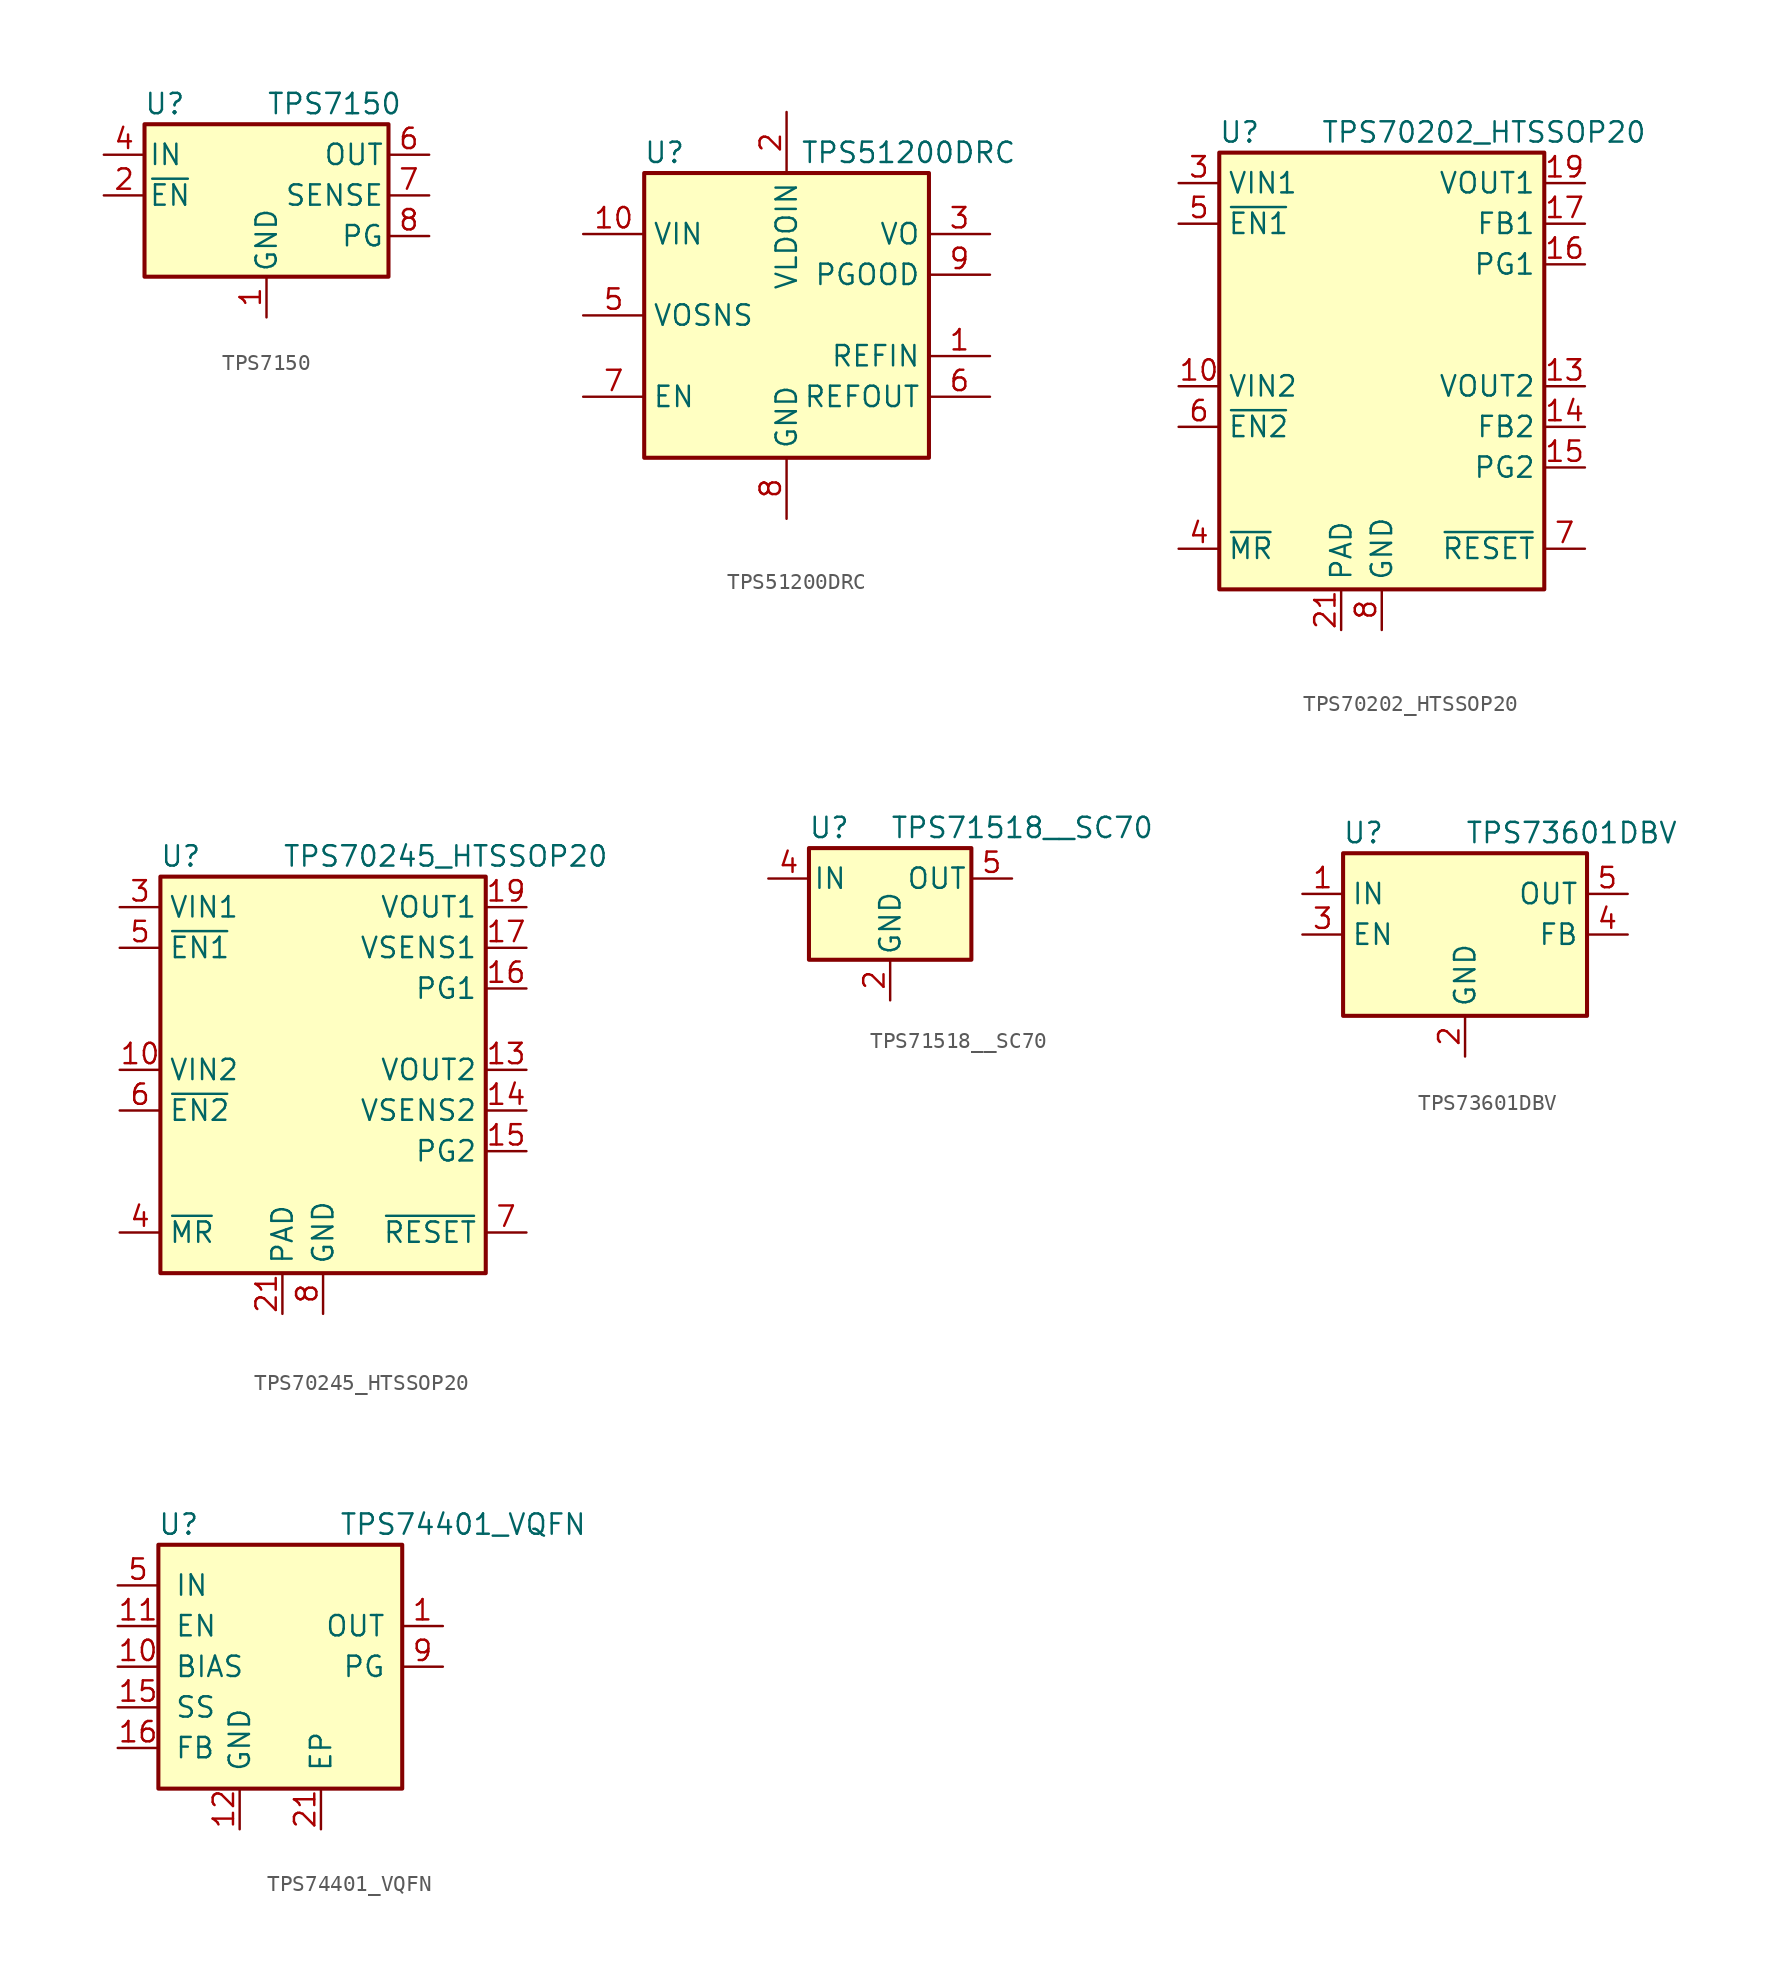
<source format=kicad_sym>
(kicad_symbol_lib
  (version 20201005)
  (generator kicad_symbol_editor)
  (symbol "TPS7150"
    (pin_names
      (offset 0.254))
    (property "Reference" "U"
      (at -6.35 8.255 0)
      (effects (font (size 1.27 1.27))))
    (property "Value" "TPS7150"
      (at 0 8.255 0)
      (effects (font (size 1.27 1.27)) (justify left)))
    (symbol "TPS7150_0_1"
      (rectangle (start -7.62 6.985) (end 7.62 -2.54) (stroke (width 0.254)) (fill (type background))))
    (symbol "TPS7150_1_1"
      (pin power_in line (at 0 -5.08 90) (length 2.54) (name "GND" (effects (font (size 1.27 1.27)))) (number "1" (effects (font (size 1.27 1.27)))))
      (pin input line (at -10.16 2.54 0) (length 2.54) (name "~EN~" (effects (font (size 1.27 1.27)))) (number "2" (effects (font (size 1.27 1.27)))))
      (pin passive line (at -10.16 5.08 0) (length 2.54) hide (name "IN" (effects (font (size 1.27 1.27)))) (number "3" (effects (font (size 1.27 1.27)))))
      (pin power_in line (at -10.16 5.08 0) (length 2.54) (name "IN" (effects (font (size 1.27 1.27)))) (number "4" (effects (font (size 1.27 1.27)))))
      (pin passive line (at 10.16 5.08 180) (length 2.54) hide (name "OUT" (effects (font (size 1.27 1.27)))) (number "5" (effects (font (size 1.27 1.27)))))
      (pin power_out line (at 10.16 5.08 180) (length 2.54) (name "OUT" (effects (font (size 1.27 1.27)))) (number "6" (effects (font (size 1.27 1.27)))))
      (pin input line (at 10.16 2.54 180) (length 2.54) (name "SENSE" (effects (font (size 1.27 1.27)))) (number "7" (effects (font (size 1.27 1.27)))))
      (pin output line (at 10.16 0 180) (length 2.54) (name "PG" (effects (font (size 1.27 1.27)))) (number "8" (effects (font (size 1.27 1.27)))))))
  (symbol "TPS51200DRC"
    (property "Reference" "U"
      (at -7.62 10.16 0)
      (effects (font (size 1.27 1.27))))
    (property "Value" "TPS51200DRC"
      (at 7.62 10.16 0)
      (effects (font (size 1.27 1.27))))
    (symbol "TPS51200DRC_0_1"
      (rectangle (start -8.89 -8.89) (end 8.89 8.89) (stroke (width 0.254)) (fill (type background)))
      (pin input line (at 12.7 -2.54 180) (length 3.81) (name "REFIN" (effects (font (size 1.27 1.27)))) (number "1" (effects (font (size 1.27 1.27)))))
      (pin power_in line (at -12.7 5.08 0) (length 3.81) (name "VIN" (effects (font (size 1.27 1.27)))) (number "10" (effects (font (size 1.27 1.27)))))
      (pin passive line (at 0 -12.7 90) (length 3.81) hide (name "GND" (effects (font (size 1.27 1.27)))) (number "11" (effects (font (size 1.27 1.27)))))
      (pin power_in line (at 0 12.7 270) (length 3.81) (name "VLDOIN" (effects (font (size 1.27 1.27)))) (number "2" (effects (font (size 1.27 1.27)))))
      (pin power_out line (at 12.7 5.08 180) (length 3.81) (name "VO" (effects (font (size 1.27 1.27)))) (number "3" (effects (font (size 1.27 1.27)))))
      (pin passive line (at 0 -12.7 90) (length 3.81) hide (name "GND" (effects (font (size 1.27 1.27)))) (number "4" (effects (font (size 1.27 1.27)))))
      (pin input line (at -12.7 0 0) (length 3.81) (name "VOSNS" (effects (font (size 1.27 1.27)))) (number "5" (effects (font (size 1.27 1.27)))))
      (pin output line (at 12.7 -5.08 180) (length 3.81) (name "REFOUT" (effects (font (size 1.27 1.27)))) (number "6" (effects (font (size 1.27 1.27)))))
      (pin input line (at -12.7 -5.08 0) (length 3.81) (name "EN" (effects (font (size 1.27 1.27)))) (number "7" (effects (font (size 1.27 1.27)))))
      (pin power_in line (at 0 -12.7 90) (length 3.81) (name "GND" (effects (font (size 1.27 1.27)))) (number "8" (effects (font (size 1.27 1.27)))))
      (pin open_collector line (at 12.7 2.54 180) (length 3.81) (name "PGOOD" (effects (font (size 1.27 1.27)))) (number "9" (effects (font (size 1.27 1.27)))))))
  (symbol "TPS70202_HTSSOP20"
    (property "Reference" "U"
      (at -8.89 15.875 0)
      (effects (font (size 1.27 1.27))))
    (property "Value" "TPS70202_HTSSOP20"
      (at -3.81 15.875 0)
      (effects (font (size 1.27 1.27)) (justify left)))
    (symbol "TPS70202_HTSSOP20_0_1"
      (rectangle (start -10.16 14.605) (end 10.16 -12.7) (stroke (width 0.254)) (fill (type background))))
    (symbol "TPS70202_HTSSOP20_1_1"
      (pin no_connect line (at -12.7 7.62 0) (length 2.54) hide (name "NC" (effects (font (size 1.27 1.27)))) (number "1" (effects (font (size 1.27 1.27)))))
      (pin power_in line (at -12.7 0 0) (length 2.54) (name "VIN2" (effects (font (size 1.27 1.27)))) (number "10" (effects (font (size 1.27 1.27)))))
      (pin no_connect line (at -12.7 5.08 0) (length 2.54) hide (name "NC" (effects (font (size 1.27 1.27)))) (number "11" (effects (font (size 1.27 1.27)))))
      (pin passive line (at 12.7 0 180) (length 2.54) hide (name "VOUT2" (effects (font (size 1.27 1.27)))) (number "12" (effects (font (size 1.27 1.27)))))
      (pin power_out line (at 12.7 0 180) (length 2.54) (name "VOUT2" (effects (font (size 1.27 1.27)))) (number "13" (effects (font (size 1.27 1.27)))))
      (pin input line (at 12.7 -2.54 180) (length 2.54) (name "FB2" (effects (font (size 1.27 1.27)))) (number "14" (effects (font (size 1.27 1.27)))))
      (pin open_collector line (at 12.7 -5.08 180) (length 2.54) (name "PG2" (effects (font (size 1.27 1.27)))) (number "15" (effects (font (size 1.27 1.27)))))
      (pin open_collector line (at 12.7 7.62 180) (length 2.54) (name "PG1" (effects (font (size 1.27 1.27)))) (number "16" (effects (font (size 1.27 1.27)))))
      (pin input line (at 12.7 10.16 180) (length 2.54) (name "FB1" (effects (font (size 1.27 1.27)))) (number "17" (effects (font (size 1.27 1.27)))))
      (pin passive line (at 12.7 12.7 180) (length 2.54) hide (name "VOUT1" (effects (font (size 1.27 1.27)))) (number "18" (effects (font (size 1.27 1.27)))))
      (pin power_out line (at 12.7 12.7 180) (length 2.54) (name "VOUT1" (effects (font (size 1.27 1.27)))) (number "19" (effects (font (size 1.27 1.27)))))
      (pin passive line (at -12.7 12.7 0) (length 2.54) hide (name "VIN1" (effects (font (size 1.27 1.27)))) (number "2" (effects (font (size 1.27 1.27)))))
      (pin no_connect line (at -12.7 -5.08 0) (length 2.54) hide (name "NC" (effects (font (size 1.27 1.27)))) (number "20" (effects (font (size 1.27 1.27)))))
      (pin power_in line (at -2.54 -15.24 90) (length 2.54) (name "PAD" (effects (font (size 1.27 1.27)))) (number "21" (effects (font (size 1.27 1.27)))))
      (pin power_in line (at -12.7 12.7 0) (length 2.54) (name "VIN1" (effects (font (size 1.27 1.27)))) (number "3" (effects (font (size 1.27 1.27)))))
      (pin input line (at -12.7 -10.16 0) (length 2.54) (name "~MR~" (effects (font (size 1.27 1.27)))) (number "4" (effects (font (size 1.27 1.27)))))
      (pin input line (at -12.7 10.16 0) (length 2.54) (name "~EN1~" (effects (font (size 1.27 1.27)))) (number "5" (effects (font (size 1.27 1.27)))))
      (pin input line (at -12.7 -2.54 0) (length 2.54) (name "~EN2~" (effects (font (size 1.27 1.27)))) (number "6" (effects (font (size 1.27 1.27)))))
      (pin open_collector line (at 12.7 -10.16 180) (length 2.54) (name "~RESET~" (effects (font (size 1.27 1.27)))) (number "7" (effects (font (size 1.27 1.27)))))
      (pin power_in line (at 0 -15.24 90) (length 2.54) (name "GND" (effects (font (size 1.27 1.27)))) (number "8" (effects (font (size 1.27 1.27)))))
      (pin passive line (at -12.7 0 0) (length 2.54) hide (name "VIN2" (effects (font (size 1.27 1.27)))) (number "9" (effects (font (size 1.27 1.27)))))))
  (symbol "TPS70245_HTSSOP20"
    (property "Reference" "U"
      (at -8.89 13.335 0)
      (effects (font (size 1.27 1.27))))
    (property "Value" "TPS70245_HTSSOP20"
      (at -2.54 13.335 0)
      (effects (font (size 1.27 1.27)) (justify left)))
    (symbol "TPS70245_HTSSOP20_0_1"
      (rectangle (start -10.16 12.065) (end 10.16 -12.7) (stroke (width 0.254)) (fill (type background))))
    (symbol "TPS70245_HTSSOP20_1_1"
      (pin no_connect line (at -12.7 5.08 0) (length 2.54) hide (name "NC" (effects (font (size 1.27 1.27)))) (number "1" (effects (font (size 1.27 1.27)))))
      (pin power_in line (at -12.7 0 0) (length 2.54) (name "VIN2" (effects (font (size 1.27 1.27)))) (number "10" (effects (font (size 1.27 1.27)))))
      (pin no_connect line (at -12.7 -5.08 0) (length 2.54) hide (name "NC" (effects (font (size 1.27 1.27)))) (number "11" (effects (font (size 1.27 1.27)))))
      (pin passive line (at 12.7 0 180) (length 2.54) hide (name "VOUT2" (effects (font (size 1.27 1.27)))) (number "12" (effects (font (size 1.27 1.27)))))
      (pin power_out line (at 12.7 0 180) (length 2.54) (name "VOUT2" (effects (font (size 1.27 1.27)))) (number "13" (effects (font (size 1.27 1.27)))))
      (pin input line (at 12.7 -2.54 180) (length 2.54) (name "VSENS2" (effects (font (size 1.27 1.27)))) (number "14" (effects (font (size 1.27 1.27)))))
      (pin open_collector line (at 12.7 -5.08 180) (length 2.54) (name "PG2" (effects (font (size 1.27 1.27)))) (number "15" (effects (font (size 1.27 1.27)))))
      (pin open_collector line (at 12.7 5.08 180) (length 2.54) (name "PG1" (effects (font (size 1.27 1.27)))) (number "16" (effects (font (size 1.27 1.27)))))
      (pin input line (at 12.7 7.62 180) (length 2.54) (name "VSENS1" (effects (font (size 1.27 1.27)))) (number "17" (effects (font (size 1.27 1.27)))))
      (pin passive line (at 12.7 10.16 180) (length 2.54) hide (name "VOUT1" (effects (font (size 1.27 1.27)))) (number "18" (effects (font (size 1.27 1.27)))))
      (pin power_out line (at 12.7 10.16 180) (length 2.54) (name "VOUT1" (effects (font (size 1.27 1.27)))) (number "19" (effects (font (size 1.27 1.27)))))
      (pin passive line (at -12.7 10.16 0) (length 2.54) hide (name "VIN1" (effects (font (size 1.27 1.27)))) (number "2" (effects (font (size 1.27 1.27)))))
      (pin no_connect line (at 2.54 -15.24 90) (length 2.54) hide (name "NC" (effects (font (size 1.27 1.27)))) (number "20" (effects (font (size 1.27 1.27)))))
      (pin power_in line (at -2.54 -15.24 90) (length 2.54) (name "PAD" (effects (font (size 1.27 1.27)))) (number "21" (effects (font (size 1.27 1.27)))))
      (pin power_in line (at -12.7 10.16 0) (length 2.54) (name "VIN1" (effects (font (size 1.27 1.27)))) (number "3" (effects (font (size 1.27 1.27)))))
      (pin input line (at -12.7 -10.16 0) (length 2.54) (name "~MR~" (effects (font (size 1.27 1.27)))) (number "4" (effects (font (size 1.27 1.27)))))
      (pin input line (at -12.7 7.62 0) (length 2.54) (name "~EN1~" (effects (font (size 1.27 1.27)))) (number "5" (effects (font (size 1.27 1.27)))))
      (pin input line (at -12.7 -2.54 0) (length 2.54) (name "~EN2~" (effects (font (size 1.27 1.27)))) (number "6" (effects (font (size 1.27 1.27)))))
      (pin open_collector line (at 12.7 -10.16 180) (length 2.54) (name "~RESET~" (effects (font (size 1.27 1.27)))) (number "7" (effects (font (size 1.27 1.27)))))
      (pin power_in line (at 0 -15.24 90) (length 2.54) (name "GND" (effects (font (size 1.27 1.27)))) (number "8" (effects (font (size 1.27 1.27)))))
      (pin passive line (at -12.7 0 0) (length 2.54) hide (name "VIN2" (effects (font (size 1.27 1.27)))) (number "9" (effects (font (size 1.27 1.27)))))))
  (symbol "TPS71518__SC70"
    (pin_names
      (offset 0.254))
    (property "Reference" "U"
      (at -3.81 3.175 0)
      (effects (font (size 1.27 1.27))))
    (property "Value" "TPS71518__SC70"
      (at 0 3.175 0)
      (effects (font (size 1.27 1.27)) (justify left)))
    (symbol "TPS71518__SC70_0_1"
      (rectangle (start -5.08 1.905) (end 5.08 -5.08) (stroke (width 0.254)) (fill (type background))))
    (symbol "TPS71518__SC70_1_1"
      (pin no_connect line (at 7.62 -2.54 180) (length 2.54) hide (name "NC" (effects (font (size 1.27 1.27)))) (number "1" (effects (font (size 1.27 1.27)))))
      (pin power_in line (at 0 -7.62 90) (length 2.54) (name "GND" (effects (font (size 1.27 1.27)))) (number "2" (effects (font (size 1.27 1.27)))))
      (pin no_connect line (at -7.62 -2.54 0) (length 2.54) hide (name "NC" (effects (font (size 1.27 1.27)))) (number "3" (effects (font (size 1.27 1.27)))))
      (pin power_in line (at -7.62 0 0) (length 2.54) (name "IN" (effects (font (size 1.27 1.27)))) (number "4" (effects (font (size 1.27 1.27)))))
      (pin power_out line (at 7.62 0 180) (length 2.54) (name "OUT" (effects (font (size 1.27 1.27)))) (number "5" (effects (font (size 1.27 1.27)))))))
  (symbol "TPS73601DBV"
    (property "Reference" "U"
      (at -6.35 6.35 0)
      (effects (font (size 1.27 1.27))))
    (property "Value" "TPS73601DBV"
      (at 0 6.35 0)
      (effects (font (size 1.27 1.27)) (justify left)))
    (symbol "TPS73601DBV_0_1"
      (rectangle (start -7.62 -5.08) (end 7.62 5.08) (stroke (width 0.254)) (fill (type background))))
    (symbol "TPS73601DBV_1_1"
      (pin power_in line (at -10.16 2.54 0) (length 2.54) (name "IN" (effects (font (size 1.27 1.27)))) (number "1" (effects (font (size 1.27 1.27)))))
      (pin power_in line (at 0 -7.62 90) (length 2.54) (name "GND" (effects (font (size 1.27 1.27)))) (number "2" (effects (font (size 1.27 1.27)))))
      (pin input line (at -10.16 0 0) (length 2.54) (name "EN" (effects (font (size 1.27 1.27)))) (number "3" (effects (font (size 1.27 1.27)))))
      (pin input line (at 10.16 0 180) (length 2.54) (name "FB" (effects (font (size 1.27 1.27)))) (number "4" (effects (font (size 1.27 1.27)))))
      (pin power_out line (at 10.16 2.54 180) (length 2.54) (name "OUT" (effects (font (size 1.27 1.27)))) (number "5" (effects (font (size 1.27 1.27)))))))
  (symbol "TPS74401_VQFN"
    (pin_names
      (offset 1.016))
    (property "Reference" "U"
      (at -6.35 8.89 0)
      (effects (font (size 1.27 1.27))))
    (property "Value" "TPS74401_VQFN"
      (at 11.43 8.89 0)
      (effects (font (size 1.27 1.27))))
    (symbol "TPS74401_VQFN_0_1"
      (rectangle (start -7.62 7.62) (end 7.62 -7.62) (stroke (width 0.254)) (fill (type background))))
    (symbol "TPS74401_VQFN_1_1"
      (pin power_out line (at 10.16 2.54 180) (length 2.54) (name "OUT" (effects (font (size 1.27 1.27)))) (number "1" (effects (font (size 1.27 1.27)))))
      (pin input line (at -10.16 0 0) (length 2.54) (name "BIAS" (effects (font (size 1.27 1.27)))) (number "10" (effects (font (size 1.27 1.27)))))
      (pin input line (at -10.16 2.54 0) (length 2.54) (name "EN" (effects (font (size 1.27 1.27)))) (number "11" (effects (font (size 1.27 1.27)))))
      (pin power_in line (at -2.54 -10.16 90) (length 2.54) (name "GND" (effects (font (size 1.27 1.27)))) (number "12" (effects (font (size 1.27 1.27)))))
      (pin no_connect line (at 0 -10.16 90) (length 2.54) hide (name "NC" (effects (font (size 1.27 1.27)))) (number "13" (effects (font (size 1.27 1.27)))))
      (pin no_connect line (at 10.16 -5.08 180) (length 2.54) hide (name "NC" (effects (font (size 1.27 1.27)))) (number "14" (effects (font (size 1.27 1.27)))))
      (pin input line (at -10.16 -2.54 0) (length 2.54) (name "SS" (effects (font (size 1.27 1.27)))) (number "15" (effects (font (size 1.27 1.27)))))
      (pin input line (at -10.16 -5.08 0) (length 2.54) (name "FB" (effects (font (size 1.27 1.27)))) (number "16" (effects (font (size 1.27 1.27)))))
      (pin no_connect line (at 10.16 -2.54 180) (length 2.54) hide (name "NC" (effects (font (size 1.27 1.27)))) (number "17" (effects (font (size 1.27 1.27)))))
      (pin passive line (at 10.16 2.54 180) (length 2.54) hide (name "OUT" (effects (font (size 1.27 1.27)))) (number "18" (effects (font (size 1.27 1.27)))))
      (pin passive line (at 10.16 2.54 180) (length 2.54) hide (name "OUT" (effects (font (size 1.27 1.27)))) (number "19" (effects (font (size 1.27 1.27)))))
      (pin no_connect line (at -2.54 10.16 270) (length 2.54) hide (name "NC" (effects (font (size 1.27 1.27)))) (number "2" (effects (font (size 1.27 1.27)))))
      (pin passive line (at 10.16 2.54 180) (length 2.54) hide (name "OUT" (effects (font (size 1.27 1.27)))) (number "20" (effects (font (size 1.27 1.27)))))
      (pin power_in line (at 2.54 -10.16 90) (length 2.54) (name "EP" (effects (font (size 1.27 1.27)))) (number "21" (effects (font (size 1.27 1.27)))))
      (pin no_connect line (at 0 10.16 270) (length 2.54) hide (name "NC" (effects (font (size 1.27 1.27)))) (number "3" (effects (font (size 1.27 1.27)))))
      (pin no_connect line (at 2.54 10.16 270) (length 2.54) hide (name "NC" (effects (font (size 1.27 1.27)))) (number "4" (effects (font (size 1.27 1.27)))))
      (pin power_in line (at -10.16 5.08 0) (length 2.54) (name "IN" (effects (font (size 1.27 1.27)))) (number "5" (effects (font (size 1.27 1.27)))))
      (pin passive line (at -10.16 5.08 0) (length 2.54) hide (name "IN" (effects (font (size 1.27 1.27)))) (number "6" (effects (font (size 1.27 1.27)))))
      (pin passive line (at -10.16 5.08 0) (length 2.54) hide (name "IN" (effects (font (size 1.27 1.27)))) (number "7" (effects (font (size 1.27 1.27)))))
      (pin passive line (at -10.16 5.08 0) (length 2.54) hide (name "IN" (effects (font (size 1.27 1.27)))) (number "8" (effects (font (size 1.27 1.27)))))
      (pin output line (at 10.16 0 180) (length 2.54) (name "PG" (effects (font (size 1.27 1.27)))) (number "9" (effects (font (size 1.27 1.27))))))))
</source>
